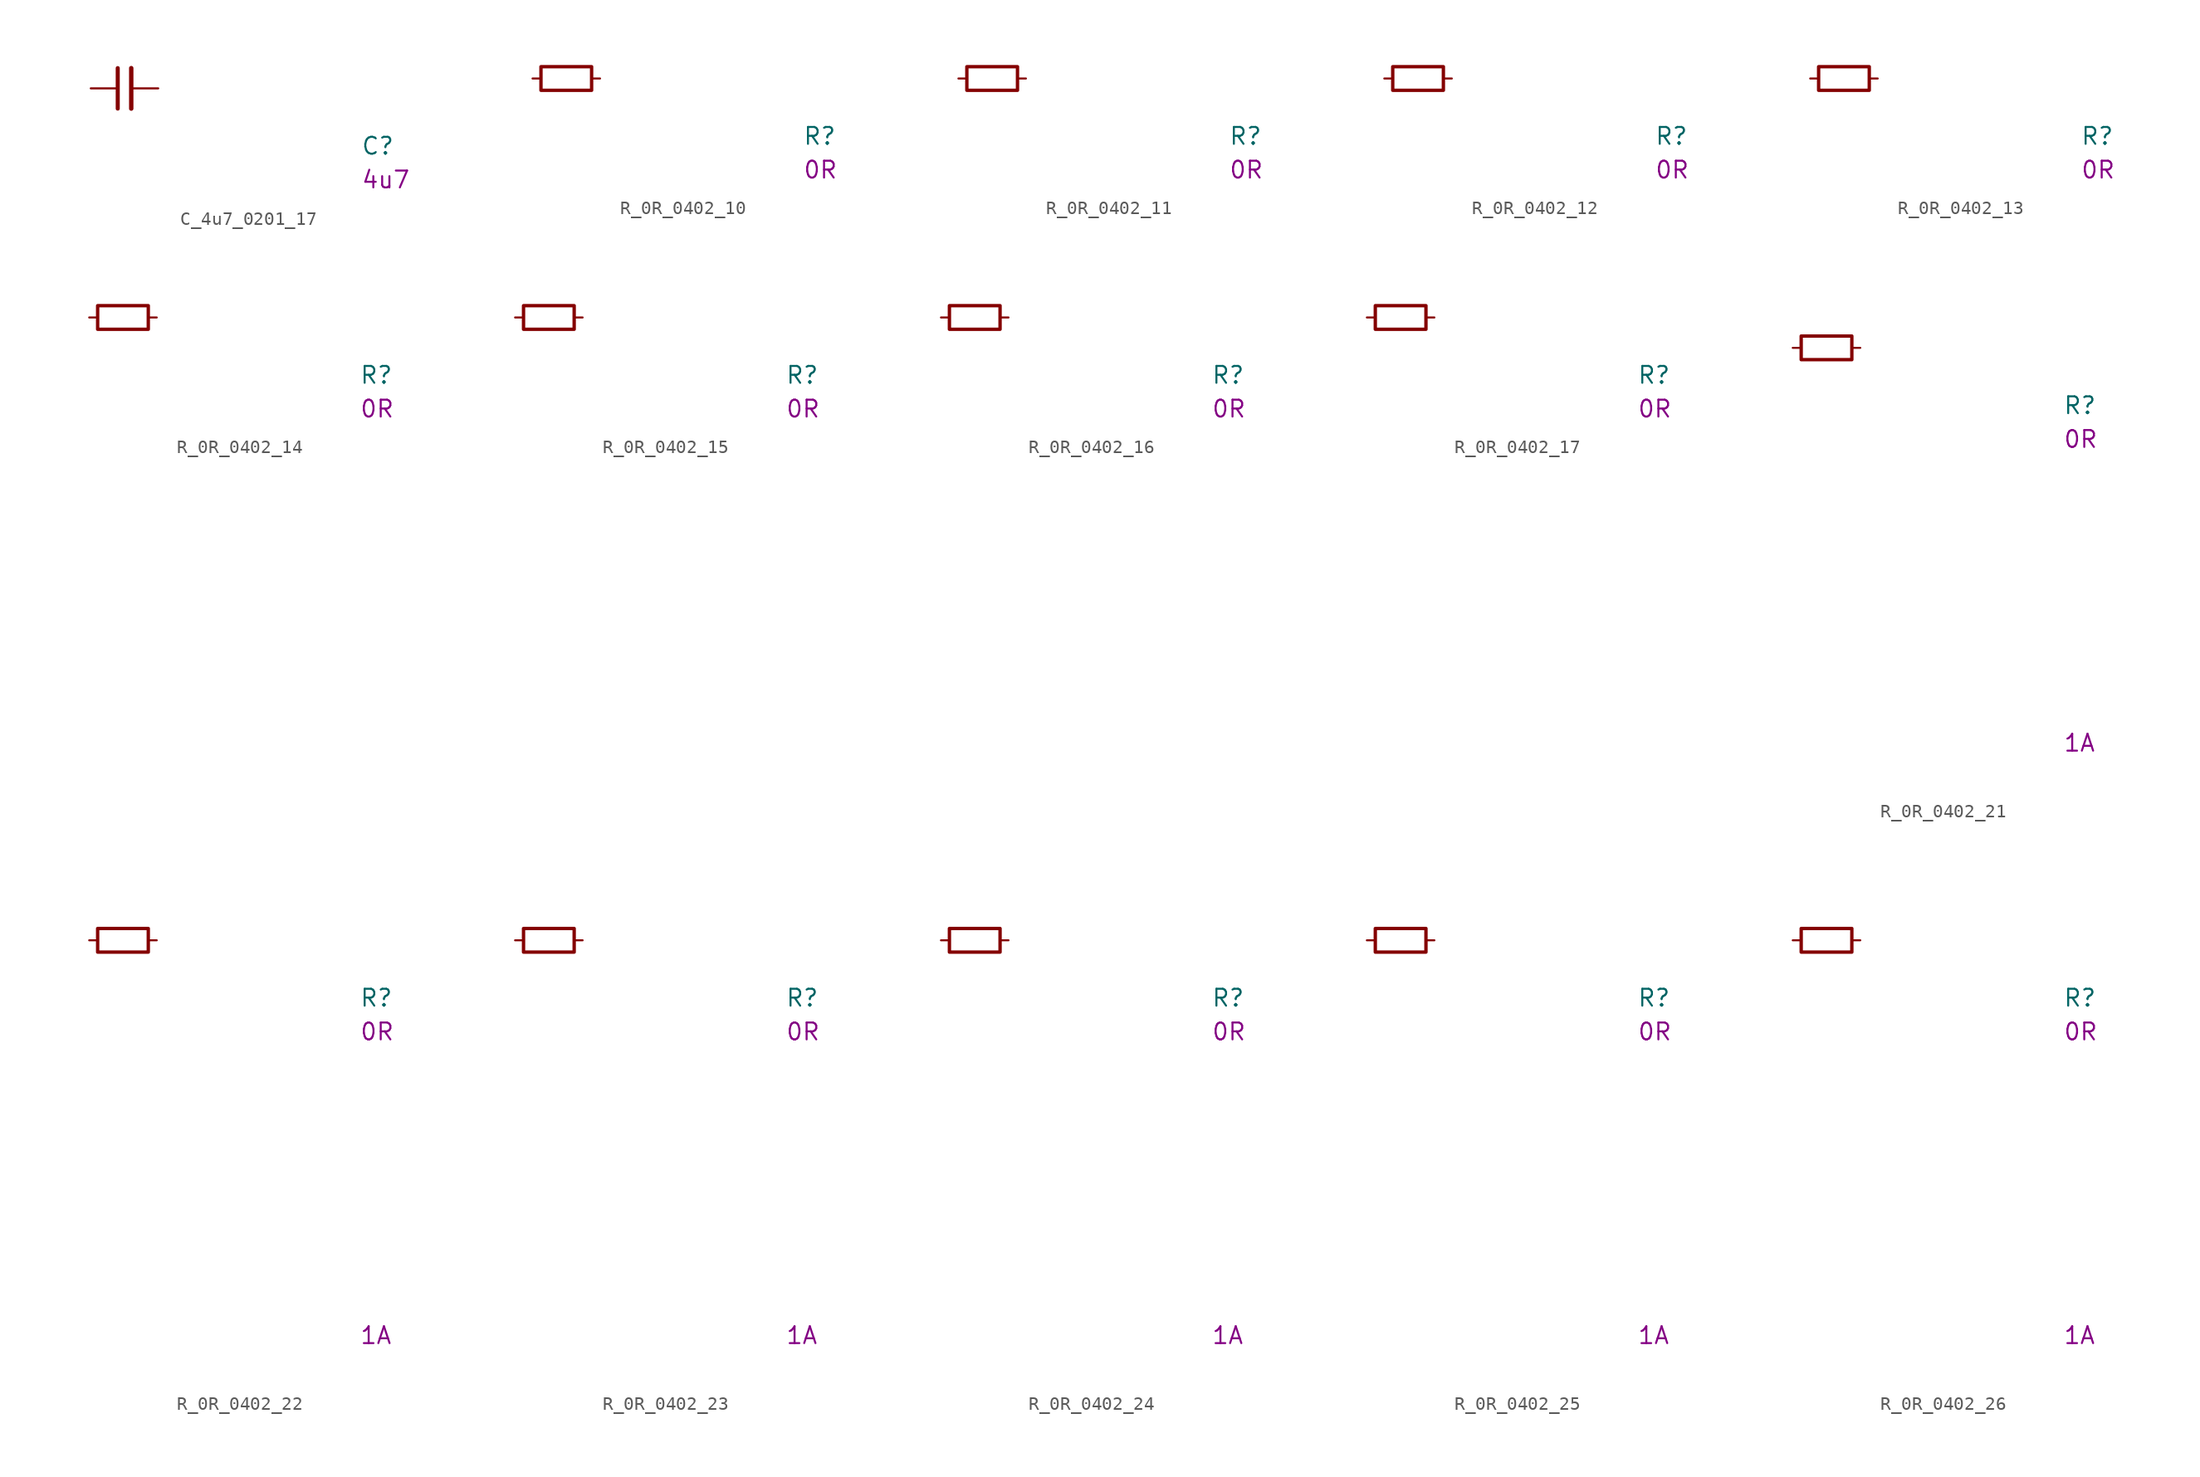
<source format=kicad_sym>
(kicad_symbol_lib
  (version 20211014)
  (generator kicad_symbol_editor)
  (symbol "K410T-devboard:C_4u7_0201_17"
    (pin_numbers hide)
    (pin_names hide)
    (property "Reference" "C"
      (at 20.32 -5.08 0)
      (effects (font (size 1.27 1.27) (thickness 0.15)) (justify left bottom)))
    (property "Val" "4u7"
      (at 20.32 -7.62 0)
      (effects (font (size 1.27 1.27) (thickness 0.15)) (justify left bottom)))
    (symbol "C_4u7_0201_17_0_1"
      (polyline (pts (xy 2.032 -1.524) (xy 2.032 1.524)) (stroke (width 0.305) (type default)) (fill (type none)))
      (polyline (pts (xy 3.048 -1.524) (xy 3.048 1.524)) (stroke (width 0.33) (type default)) (fill (type none))))
    (symbol "C_4u7_0201_17_1_1"
      (pin passive line (at 0 0 0) (length 2.032) (name "~" (effects (font (size 1.27 1.27)))) (number "1" (effects (font (size 1.27 1.27)))))
      (pin passive line (at 5.08 0 180) (length 2.032) (name "~" (effects (font (size 1.27 1.27)))) (number "2" (effects (font (size 1.27 1.27)))))))
  (symbol "K410T-devboard:R_0R_0402_10"
    (pin_numbers hide)
    (pin_names hide)
    (property "Reference" "R"
      (at 20.32 -5.08 0)
      (effects (font (size 1.27 1.27) (thickness 0.15)) (justify left bottom)))
    (property "Val" "0R"
      (at 20.32 -7.62 0)
      (effects (font (size 1.27 1.27) (thickness 0.15)) (justify left bottom)))
    (symbol "R_0R_0402_10_0_1"
      (rectangle (start 0.635 0.889) (end 4.445 -0.889) (stroke (width 0.254) (type default)) (fill (type none))))
    (symbol "R_0R_0402_10_1_1"
      (pin passive line (at 0 0 0) (length 0.635) (name "~" (effects (font (size 1.27 1.27)))) (number "1" (effects (font (size 1.27 1.27)))))
      (pin passive line (at 5.08 0 180) (length 0.635) (name "~" (effects (font (size 1.27 1.27)))) (number "2" (effects (font (size 1.27 1.27)))))))
  (symbol "K410T-devboard:R_0R_0402_11"
    (pin_numbers hide)
    (pin_names hide)
    (property "Reference" "R"
      (at 20.32 -5.08 0)
      (effects (font (size 1.27 1.27) (thickness 0.15)) (justify left bottom)))
    (property "Val" "0R"
      (at 20.32 -7.62 0)
      (effects (font (size 1.27 1.27) (thickness 0.15)) (justify left bottom)))
    (symbol "R_0R_0402_11_0_1"
      (rectangle (start 0.635 0.889) (end 4.445 -0.889) (stroke (width 0.254) (type default)) (fill (type none))))
    (symbol "R_0R_0402_11_1_1"
      (pin passive line (at 0 0 0) (length 0.635) (name "~" (effects (font (size 1.27 1.27)))) (number "1" (effects (font (size 1.27 1.27)))))
      (pin passive line (at 5.08 0 180) (length 0.635) (name "~" (effects (font (size 1.27 1.27)))) (number "2" (effects (font (size 1.27 1.27)))))))
  (symbol "K410T-devboard:R_0R_0402_12"
    (pin_numbers hide)
    (pin_names hide)
    (property "Reference" "R"
      (at 20.32 -5.08 0)
      (effects (font (size 1.27 1.27) (thickness 0.15)) (justify left bottom)))
    (property "Val" "0R"
      (at 20.32 -7.62 0)
      (effects (font (size 1.27 1.27) (thickness 0.15)) (justify left bottom)))
    (symbol "R_0R_0402_12_0_1"
      (rectangle (start 0.635 0.889) (end 4.445 -0.889) (stroke (width 0.254) (type default)) (fill (type none))))
    (symbol "R_0R_0402_12_1_1"
      (pin passive line (at 0 0 0) (length 0.635) (name "~" (effects (font (size 1.27 1.27)))) (number "1" (effects (font (size 1.27 1.27)))))
      (pin passive line (at 5.08 0 180) (length 0.635) (name "~" (effects (font (size 1.27 1.27)))) (number "2" (effects (font (size 1.27 1.27)))))))
  (symbol "K410T-devboard:R_0R_0402_13"
    (pin_numbers hide)
    (pin_names hide)
    (property "Reference" "R"
      (at 20.32 -5.08 0)
      (effects (font (size 1.27 1.27) (thickness 0.15)) (justify left bottom)))
    (property "Val" "0R"
      (at 20.32 -7.62 0)
      (effects (font (size 1.27 1.27) (thickness 0.15)) (justify left bottom)))
    (symbol "R_0R_0402_13_0_1"
      (rectangle (start 0.635 0.889) (end 4.445 -0.889) (stroke (width 0.254) (type default)) (fill (type none))))
    (symbol "R_0R_0402_13_1_1"
      (pin passive line (at 0 0 0) (length 0.635) (name "~" (effects (font (size 1.27 1.27)))) (number "1" (effects (font (size 1.27 1.27)))))
      (pin passive line (at 5.08 0 180) (length 0.635) (name "~" (effects (font (size 1.27 1.27)))) (number "2" (effects (font (size 1.27 1.27)))))))
  (symbol "K410T-devboard:R_0R_0402_14"
    (pin_numbers hide)
    (pin_names hide)
    (property "Reference" "R"
      (at 20.32 -5.08 0)
      (effects (font (size 1.27 1.27) (thickness 0.15)) (justify left bottom)))
    (property "Val" "0R"
      (at 20.32 -7.62 0)
      (effects (font (size 1.27 1.27) (thickness 0.15)) (justify left bottom)))
    (symbol "R_0R_0402_14_0_1"
      (rectangle (start 0.635 0.889) (end 4.445 -0.889) (stroke (width 0.254) (type default)) (fill (type none))))
    (symbol "R_0R_0402_14_1_1"
      (pin passive line (at 0 0 0) (length 0.635) (name "~" (effects (font (size 1.27 1.27)))) (number "1" (effects (font (size 1.27 1.27)))))
      (pin passive line (at 5.08 0 180) (length 0.635) (name "~" (effects (font (size 1.27 1.27)))) (number "2" (effects (font (size 1.27 1.27)))))))
  (symbol "K410T-devboard:R_0R_0402_15"
    (pin_numbers hide)
    (pin_names hide)
    (property "Reference" "R"
      (at 20.32 -5.08 0)
      (effects (font (size 1.27 1.27) (thickness 0.15)) (justify left bottom)))
    (property "Val" "0R"
      (at 20.32 -7.62 0)
      (effects (font (size 1.27 1.27) (thickness 0.15)) (justify left bottom)))
    (symbol "R_0R_0402_15_0_1"
      (rectangle (start 0.635 0.889) (end 4.445 -0.889) (stroke (width 0.254) (type default)) (fill (type none))))
    (symbol "R_0R_0402_15_1_1"
      (pin passive line (at 0 0 0) (length 0.635) (name "~" (effects (font (size 1.27 1.27)))) (number "1" (effects (font (size 1.27 1.27)))))
      (pin passive line (at 5.08 0 180) (length 0.635) (name "~" (effects (font (size 1.27 1.27)))) (number "2" (effects (font (size 1.27 1.27)))))))
  (symbol "K410T-devboard:R_0R_0402_16"
    (pin_numbers hide)
    (pin_names hide)
    (property "Reference" "R"
      (at 20.32 -5.08 0)
      (effects (font (size 1.27 1.27) (thickness 0.15)) (justify left bottom)))
    (property "Val" "0R"
      (at 20.32 -7.62 0)
      (effects (font (size 1.27 1.27) (thickness 0.15)) (justify left bottom)))
    (symbol "R_0R_0402_16_0_1"
      (rectangle (start 0.635 0.889) (end 4.445 -0.889) (stroke (width 0.254) (type default)) (fill (type none))))
    (symbol "R_0R_0402_16_1_1"
      (pin passive line (at 0 0 0) (length 0.635) (name "~" (effects (font (size 1.27 1.27)))) (number "1" (effects (font (size 1.27 1.27)))))
      (pin passive line (at 5.08 0 180) (length 0.635) (name "~" (effects (font (size 1.27 1.27)))) (number "2" (effects (font (size 1.27 1.27)))))))
  (symbol "K410T-devboard:R_0R_0402_17"
    (pin_numbers hide)
    (pin_names hide)
    (property "Reference" "R"
      (at 20.32 -5.08 0)
      (effects (font (size 1.27 1.27) (thickness 0.15)) (justify left bottom)))
    (property "Val" "0R"
      (at 20.32 -7.62 0)
      (effects (font (size 1.27 1.27) (thickness 0.15)) (justify left bottom)))
    (symbol "R_0R_0402_17_0_1"
      (rectangle (start 0.635 0.889) (end 4.445 -0.889) (stroke (width 0.254) (type default)) (fill (type none))))
    (symbol "R_0R_0402_17_1_1"
      (pin passive line (at 0 0 0) (length 0.635) (name "~" (effects (font (size 1.27 1.27)))) (number "1" (effects (font (size 1.27 1.27)))))
      (pin passive line (at 5.08 0 180) (length 0.635) (name "~" (effects (font (size 1.27 1.27)))) (number "2" (effects (font (size 1.27 1.27)))))))
  (symbol "K410T-devboard:R_0R_0402_21"
    (pin_numbers hide)
    (pin_names hide)
    (property "Reference" "R"
      (at 20.32 -5.08 0)
      (effects (font (size 1.27 1.27) (thickness 0.15)) (justify left bottom)))
    (property "Val" "0R"
      (at 20.32 -7.62 0)
      (effects (font (size 1.27 1.27) (thickness 0.15)) (justify left bottom)))
    (property "Current" "1A"
      (at 20.32 -30.48 0)
      (effects (font (size 1.27 1.27) (thickness 0.15)) (justify left bottom)))
    (symbol "R_0R_0402_21_0_1"
      (rectangle (start 0.635 0.889) (end 4.445 -0.889) (stroke (width 0.254) (type default)) (fill (type none))))
    (symbol "R_0R_0402_21_1_1"
      (pin passive line (at 0 0 0) (length 0.635) (name "~" (effects (font (size 1.27 1.27)))) (number "1" (effects (font (size 1.27 1.27)))))
      (pin passive line (at 5.08 0 180) (length 0.635) (name "~" (effects (font (size 1.27 1.27)))) (number "2" (effects (font (size 1.27 1.27)))))))
  (symbol "K410T-devboard:R_0R_0402_22"
    (pin_numbers hide)
    (pin_names hide)
    (property "Reference" "R"
      (at 20.32 -5.08 0)
      (effects (font (size 1.27 1.27) (thickness 0.15)) (justify left bottom)))
    (property "Val" "0R"
      (at 20.32 -7.62 0)
      (effects (font (size 1.27 1.27) (thickness 0.15)) (justify left bottom)))
    (property "Current" "1A"
      (at 20.32 -30.48 0)
      (effects (font (size 1.27 1.27) (thickness 0.15)) (justify left bottom)))
    (symbol "R_0R_0402_22_0_1"
      (rectangle (start 0.635 0.889) (end 4.445 -0.889) (stroke (width 0.254) (type default)) (fill (type none))))
    (symbol "R_0R_0402_22_1_1"
      (pin passive line (at 0 0 0) (length 0.635) (name "~" (effects (font (size 1.27 1.27)))) (number "1" (effects (font (size 1.27 1.27)))))
      (pin passive line (at 5.08 0 180) (length 0.635) (name "~" (effects (font (size 1.27 1.27)))) (number "2" (effects (font (size 1.27 1.27)))))))
  (symbol "K410T-devboard:R_0R_0402_23"
    (pin_numbers hide)
    (pin_names hide)
    (property "Reference" "R"
      (at 20.32 -5.08 0)
      (effects (font (size 1.27 1.27) (thickness 0.15)) (justify left bottom)))
    (property "Val" "0R"
      (at 20.32 -7.62 0)
      (effects (font (size 1.27 1.27) (thickness 0.15)) (justify left bottom)))
    (property "Current" "1A"
      (at 20.32 -30.48 0)
      (effects (font (size 1.27 1.27) (thickness 0.15)) (justify left bottom)))
    (symbol "R_0R_0402_23_0_1"
      (rectangle (start 0.635 0.889) (end 4.445 -0.889) (stroke (width 0.254) (type default)) (fill (type none))))
    (symbol "R_0R_0402_23_1_1"
      (pin passive line (at 0 0 0) (length 0.635) (name "~" (effects (font (size 1.27 1.27)))) (number "1" (effects (font (size 1.27 1.27)))))
      (pin passive line (at 5.08 0 180) (length 0.635) (name "~" (effects (font (size 1.27 1.27)))) (number "2" (effects (font (size 1.27 1.27)))))))
  (symbol "K410T-devboard:R_0R_0402_24"
    (pin_numbers hide)
    (pin_names hide)
    (property "Reference" "R"
      (at 20.32 -5.08 0)
      (effects (font (size 1.27 1.27) (thickness 0.15)) (justify left bottom)))
    (property "Val" "0R"
      (at 20.32 -7.62 0)
      (effects (font (size 1.27 1.27) (thickness 0.15)) (justify left bottom)))
    (property "Current" "1A"
      (at 20.32 -30.48 0)
      (effects (font (size 1.27 1.27) (thickness 0.15)) (justify left bottom)))
    (symbol "R_0R_0402_24_0_1"
      (rectangle (start 0.635 0.889) (end 4.445 -0.889) (stroke (width 0.254) (type default)) (fill (type none))))
    (symbol "R_0R_0402_24_1_1"
      (pin passive line (at 0 0 0) (length 0.635) (name "~" (effects (font (size 1.27 1.27)))) (number "1" (effects (font (size 1.27 1.27)))))
      (pin passive line (at 5.08 0 180) (length 0.635) (name "~" (effects (font (size 1.27 1.27)))) (number "2" (effects (font (size 1.27 1.27)))))))
  (symbol "K410T-devboard:R_0R_0402_25"
    (pin_numbers hide)
    (pin_names hide)
    (property "Reference" "R"
      (at 20.32 -5.08 0)
      (effects (font (size 1.27 1.27) (thickness 0.15)) (justify left bottom)))
    (property "Val" "0R"
      (at 20.32 -7.62 0)
      (effects (font (size 1.27 1.27) (thickness 0.15)) (justify left bottom)))
    (property "Current" "1A"
      (at 20.32 -30.48 0)
      (effects (font (size 1.27 1.27) (thickness 0.15)) (justify left bottom)))
    (symbol "R_0R_0402_25_0_1"
      (rectangle (start 0.635 0.889) (end 4.445 -0.889) (stroke (width 0.254) (type default)) (fill (type none))))
    (symbol "R_0R_0402_25_1_1"
      (pin passive line (at 0 0 0) (length 0.635) (name "~" (effects (font (size 1.27 1.27)))) (number "1" (effects (font (size 1.27 1.27)))))
      (pin passive line (at 5.08 0 180) (length 0.635) (name "~" (effects (font (size 1.27 1.27)))) (number "2" (effects (font (size 1.27 1.27)))))))
  (symbol "K410T-devboard:R_0R_0402_26"
    (pin_numbers hide)
    (pin_names hide)
    (property "Reference" "R"
      (at 20.32 -5.08 0)
      (effects (font (size 1.27 1.27) (thickness 0.15)) (justify left bottom)))
    (property "Val" "0R"
      (at 20.32 -7.62 0)
      (effects (font (size 1.27 1.27) (thickness 0.15)) (justify left bottom)))
    (property "Current" "1A"
      (at 20.32 -30.48 0)
      (effects (font (size 1.27 1.27) (thickness 0.15)) (justify left bottom)))
    (symbol "R_0R_0402_26_0_1"
      (rectangle (start 0.635 0.889) (end 4.445 -0.889) (stroke (width 0.254) (type default)) (fill (type none))))
    (symbol "R_0R_0402_26_1_1"
      (pin passive line (at 0 0 0) (length 0.635) (name "~" (effects (font (size 1.27 1.27)))) (number "1" (effects (font (size 1.27 1.27)))))
      (pin passive line (at 5.08 0 180) (length 0.635) (name "~" (effects (font (size 1.27 1.27)))) (number "2" (effects (font (size 1.27 1.27))))))))
</source>
